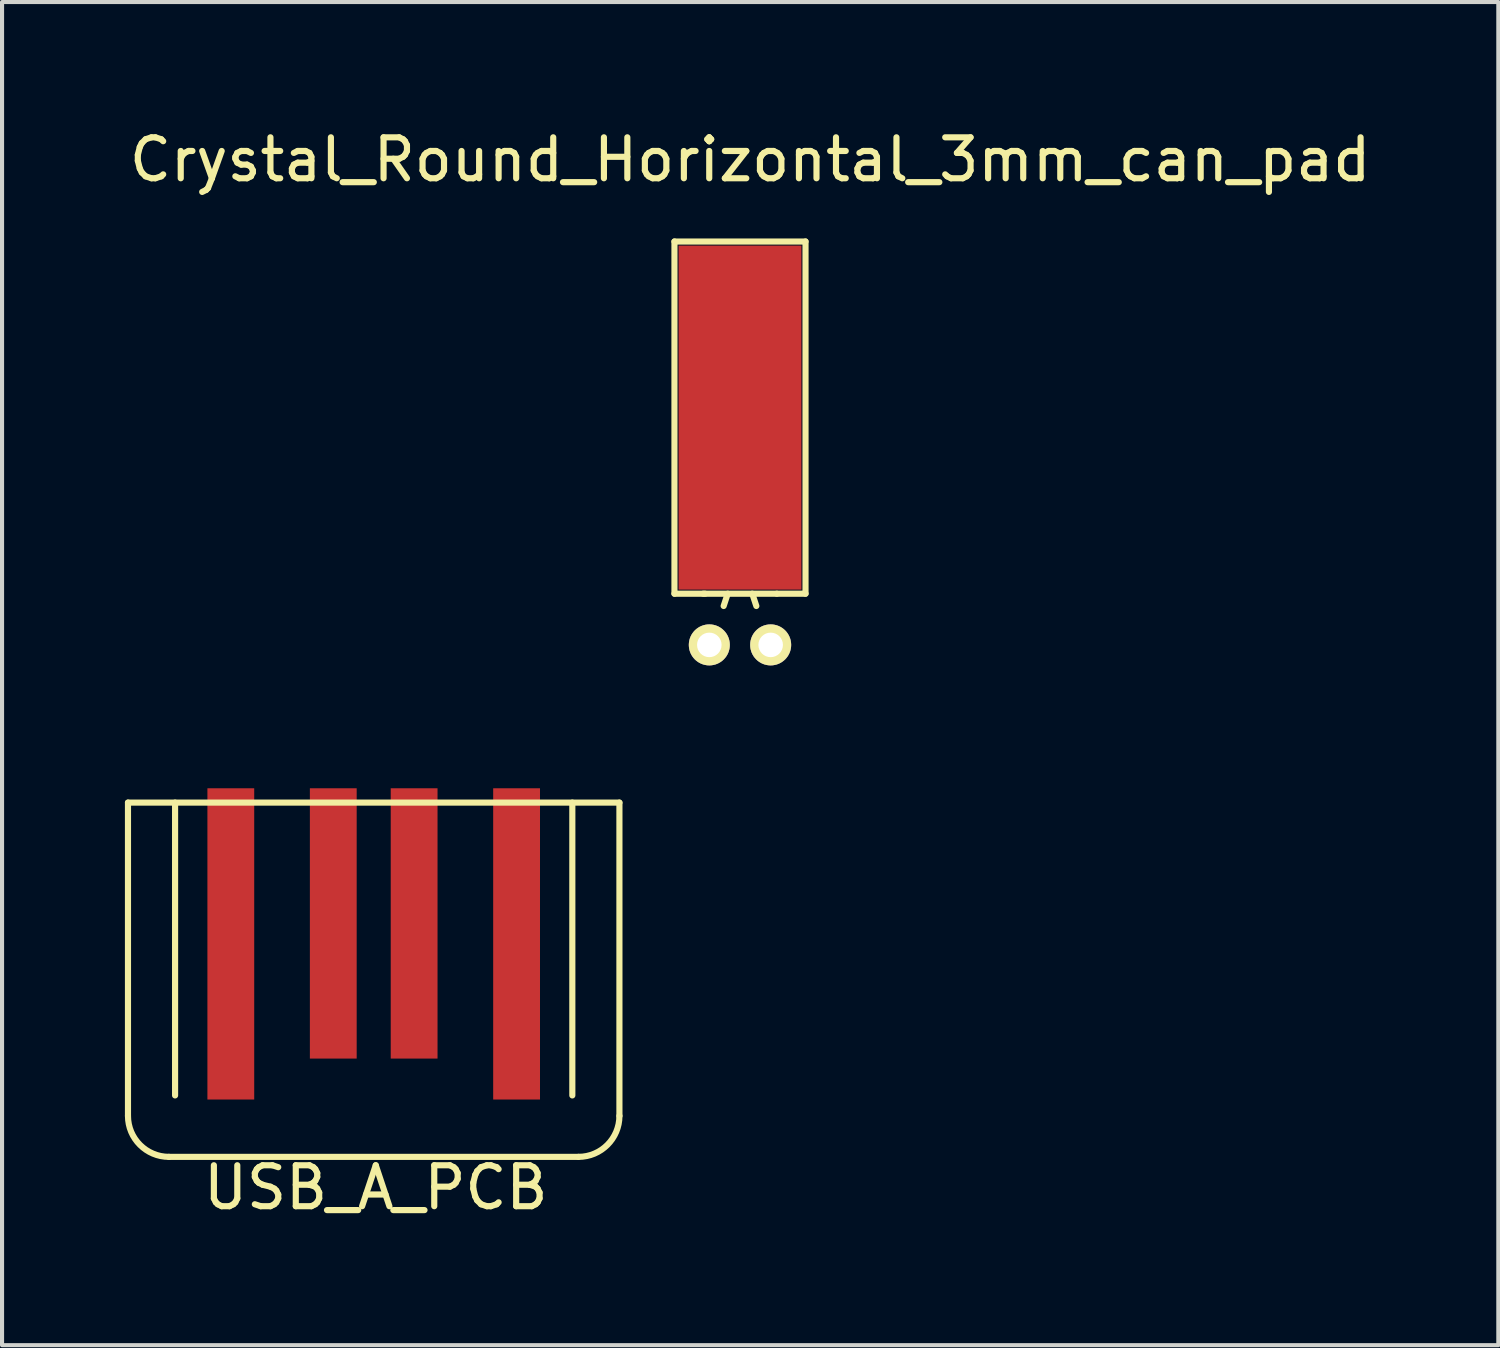
<source format=kicad_pcb>
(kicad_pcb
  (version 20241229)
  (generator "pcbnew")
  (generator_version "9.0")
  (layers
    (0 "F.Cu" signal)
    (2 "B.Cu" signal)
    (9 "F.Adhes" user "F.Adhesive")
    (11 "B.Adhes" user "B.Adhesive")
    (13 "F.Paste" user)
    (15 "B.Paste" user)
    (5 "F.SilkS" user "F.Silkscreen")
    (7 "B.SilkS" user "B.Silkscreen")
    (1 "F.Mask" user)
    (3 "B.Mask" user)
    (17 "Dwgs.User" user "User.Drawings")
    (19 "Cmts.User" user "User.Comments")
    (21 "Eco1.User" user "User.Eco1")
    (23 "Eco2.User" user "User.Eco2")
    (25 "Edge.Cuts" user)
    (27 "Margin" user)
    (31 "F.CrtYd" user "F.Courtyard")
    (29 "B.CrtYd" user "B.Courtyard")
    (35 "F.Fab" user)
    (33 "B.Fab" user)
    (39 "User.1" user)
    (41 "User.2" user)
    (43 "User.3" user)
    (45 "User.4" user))
  (footprint "USB_A_PCB"
    (layer "F.Cu")
    (at 6.075 25.198)
    (property "Reference" "USB_A_PCB" (at 0.05 0.75 0) (layer "F.SilkS") (effects (font (size 1 1) (thickness 0.15))))
    (attr through_hole)
    (fp_line (start -6 -8.65) (end -6 -1) (stroke (width 0.15) (type solid)) (layer "F.SilkS"))
    (fp_line (start -5 0) (end 5 0) (stroke (width 0.15) (type solid)) (layer "F.SilkS"))
    (fp_line (start -4.85 -8.65) (end -4.85 -1.5) (stroke (width 0.15) (type solid)) (layer "F.SilkS"))
    (fp_line (start 4.85 -1.5) (end 4.85 -8.65) (stroke (width 0.15) (type solid)) (layer "F.SilkS"))
    (fp_line (start 6 -8.65) (end -6 -8.65) (stroke (width 0.15) (type solid)) (layer "F.SilkS"))
    (fp_line (start 6 -1) (end 6 -8.65) (stroke (width 0.15) (type solid)) (layer "F.SilkS"))
    (fp_arc (start -5 0) (mid -5.707107 -0.292893) (end -6 -1) (stroke (width 0.15) (type solid)) (layer "F.SilkS"))
    (fp_arc (start 6 -1) (mid 5.707107 -0.292893) (end 5 0) (stroke (width 0.15) (type solid)) (layer "F.SilkS"))
    (pad "1" smd rect (at 3.489 -5.2) (size 1.143 7.6) (layers "F.Cu" "F.Mask" "F.Paste"))
    (pad "2" smd rect (at 0.987 -5.7) (size 1.143 6.6) (layers "F.Cu" "F.Mask" "F.Paste"))
    (pad "3" smd rect (at -0.987 -5.7) (size 1.143 6.6) (layers "F.Cu" "F.Mask" "F.Paste"))
    (pad "4" smd rect (at -3.489 -5.2) (size 1.143 7.6) (layers "F.Cu" "F.Mask" "F.Paste")))
  (footprint "Crystal_Round_Horizontal_3mm_can_pad"
    (layer "F.Cu")
    (at 15.019 12.697)
    (property "Reference" "Crystal_Round_Horizontal_3mm_can_pad" (at 0.249 -11.849 0) (layer "F.SilkS") (effects (font (size 1 1) (thickness 0.15))))
    (attr through_hole)
    (fp_line (start -1.6 -9.85) (end -1.6 -1.25) (stroke (width 0.15) (type solid)) (layer "F.SilkS"))
    (fp_line (start -0.851 -1.25) (end -1.6 -1.25) (stroke (width 0.15) (type solid)) (layer "F.SilkS"))
    (fp_line (start -0.3 -1.25) (end -0.399 -0.95) (stroke (width 0.15) (type solid)) (layer "F.SilkS"))
    (fp_line (start 0.3 -1.25) (end 0.399 -0.95) (stroke (width 0.15) (type solid)) (layer "F.SilkS"))
    (fp_line (start 0.899 -1.25) (end -0.899 -1.25) (stroke (width 0.15) (type solid)) (layer "F.SilkS"))
    (fp_line (start 0.899 -1.25) (end 1.6 -1.25) (stroke (width 0.15) (type solid)) (layer "F.SilkS"))
    (fp_line (start 1.6 -9.85) (end -1.6 -9.85) (stroke (width 0.15) (type solid)) (layer "F.SilkS"))
    (fp_line (start 1.6 -1.25) (end 1.6 -9.85) (stroke (width 0.15) (type solid)) (layer "F.SilkS"))
    (pad "1" thru_hole circle (at -0.749 0) (size 1.001 1.001) (drill 0.599) (layers "*.Cu" "*.Mask" "F.SilkS"))
    (pad "2" thru_hole circle (at 0.749 0) (size 1.001 1.001) (drill 0.599) (layers "*.Cu" "*.Mask" "F.SilkS"))
    (pad "3" smd rect (at 0 -5.55) (size 3 8.4) (layers "F.Cu" "F.Mask" "F.Paste")))
  (gr_rect
    (start -3 -3)
    (end 33.536 29.796)
    (stroke (width 0.1) (type default))
    (fill no)
    (layer "Edge.Cuts")))
</source>
